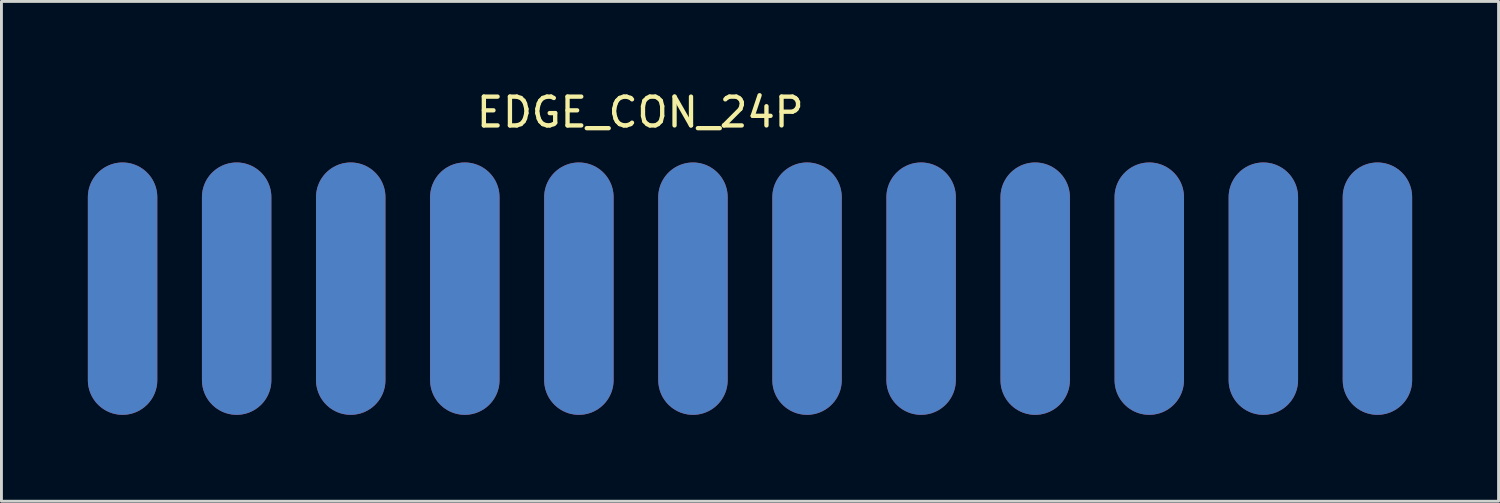
<source format=kicad_pcb>
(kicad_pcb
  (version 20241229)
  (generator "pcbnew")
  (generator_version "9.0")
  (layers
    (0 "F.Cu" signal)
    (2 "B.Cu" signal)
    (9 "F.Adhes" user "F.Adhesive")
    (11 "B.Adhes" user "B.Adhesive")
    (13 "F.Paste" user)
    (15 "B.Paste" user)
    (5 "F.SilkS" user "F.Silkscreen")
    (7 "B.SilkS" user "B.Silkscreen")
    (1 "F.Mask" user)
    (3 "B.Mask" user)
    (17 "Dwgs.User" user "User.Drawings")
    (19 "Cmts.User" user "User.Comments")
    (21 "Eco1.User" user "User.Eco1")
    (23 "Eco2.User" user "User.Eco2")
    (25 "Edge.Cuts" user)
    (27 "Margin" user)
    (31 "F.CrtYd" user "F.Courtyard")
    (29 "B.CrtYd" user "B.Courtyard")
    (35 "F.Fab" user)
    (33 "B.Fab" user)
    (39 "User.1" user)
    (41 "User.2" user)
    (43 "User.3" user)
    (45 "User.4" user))
  (footprint "EDGE_CON_24P"
    (layer "F.Cu")
    (at 1.205 6.97)
    (property "Reference" "EDGE_CON_24P" (at 17.97 -6.121 180) (layer "F.SilkS") (effects (font (size 1 1) (thickness 0.15))))
    (attr smd)
    (pad "1" connect oval (at 43.56 0) (size 2.41 8.76) (layers "F.Cu" "F.Mask"))
    (pad "2" connect oval (at 39.6 0) (size 2.41 8.76) (layers "F.Cu" "F.Mask"))
    (pad "3" connect oval (at 35.64 0) (size 2.41 8.76) (layers "F.Cu" "F.Mask"))
    (pad "4" connect oval (at 31.68 0) (size 2.41 8.76) (layers "F.Cu" "F.Mask"))
    (pad "5" connect oval (at 27.72 0) (size 2.41 8.76) (layers "F.Cu" "F.Mask"))
    (pad "6" connect oval (at 23.76 0) (size 2.41 8.76) (layers "F.Cu" "F.Mask"))
    (pad "7" connect oval (at 19.8 0) (size 2.41 8.76) (layers "F.Cu" "F.Mask"))
    (pad "8" connect oval (at 15.84 0) (size 2.41 8.76) (layers "F.Cu" "F.Mask"))
    (pad "9" connect oval (at 11.88 0) (size 2.41 8.76) (layers "F.Cu" "F.Mask"))
    (pad "10" connect oval (at 7.92 0) (size 2.41 8.76) (layers "F.Cu" "F.Mask"))
    (pad "11" connect oval (at 3.96 0) (size 2.41 8.76) (layers "F.Cu" "F.Mask"))
    (pad "12" connect oval (at 0 0) (size 2.41 8.76) (layers "F.Cu" "F.Mask"))
    (pad "A" smd oval (at 43.56 0) (size 2.41 8.76) (layers "B.Cu" "B.Mask" "B.Paste"))
    (pad "B" connect oval (at 39.6 0) (size 2.41 8.76) (layers "F.Mask" "B.Cu"))
    (pad "C" connect oval (at 35.64 0) (size 2.41 8.76) (layers "F.Mask" "B.Cu"))
    (pad "D" connect oval (at 31.68 0) (size 2.41 8.76) (layers "F.Mask" "B.Cu"))
    (pad "E" connect oval (at 27.72 0) (size 2.41 8.76) (layers "F.Mask" "B.Cu"))
    (pad "F" connect oval (at 23.76 0) (size 2.41 8.76) (layers "F.Mask" "B.Cu"))
    (pad "H" connect oval (at 19.8 0) (size 2.41 8.76) (layers "F.Mask" "B.Cu"))
    (pad "J" connect oval (at 15.84 0) (size 2.41 8.76) (layers "F.Mask" "B.Cu"))
    (pad "K" connect oval (at 11.88 0) (size 2.41 8.76) (layers "F.Mask" "B.Cu"))
    (pad "L" connect oval (at 7.92 0) (size 2.41 8.76) (layers "F.Mask" "B.Cu"))
    (pad "M" connect oval (at 3.96 0) (size 2.41 8.76) (layers "F.Mask" "B.Cu"))
    (pad "N" connect oval (at 0 0) (size 2.41 8.76) (layers "F.Mask" "B.Cu")))
  (gr_rect
    (start -3 -3)
    (end 48.97 14.35)
    (stroke (width 0.1) (type default))
    (fill no)
    (layer "Edge.Cuts")))
</source>
